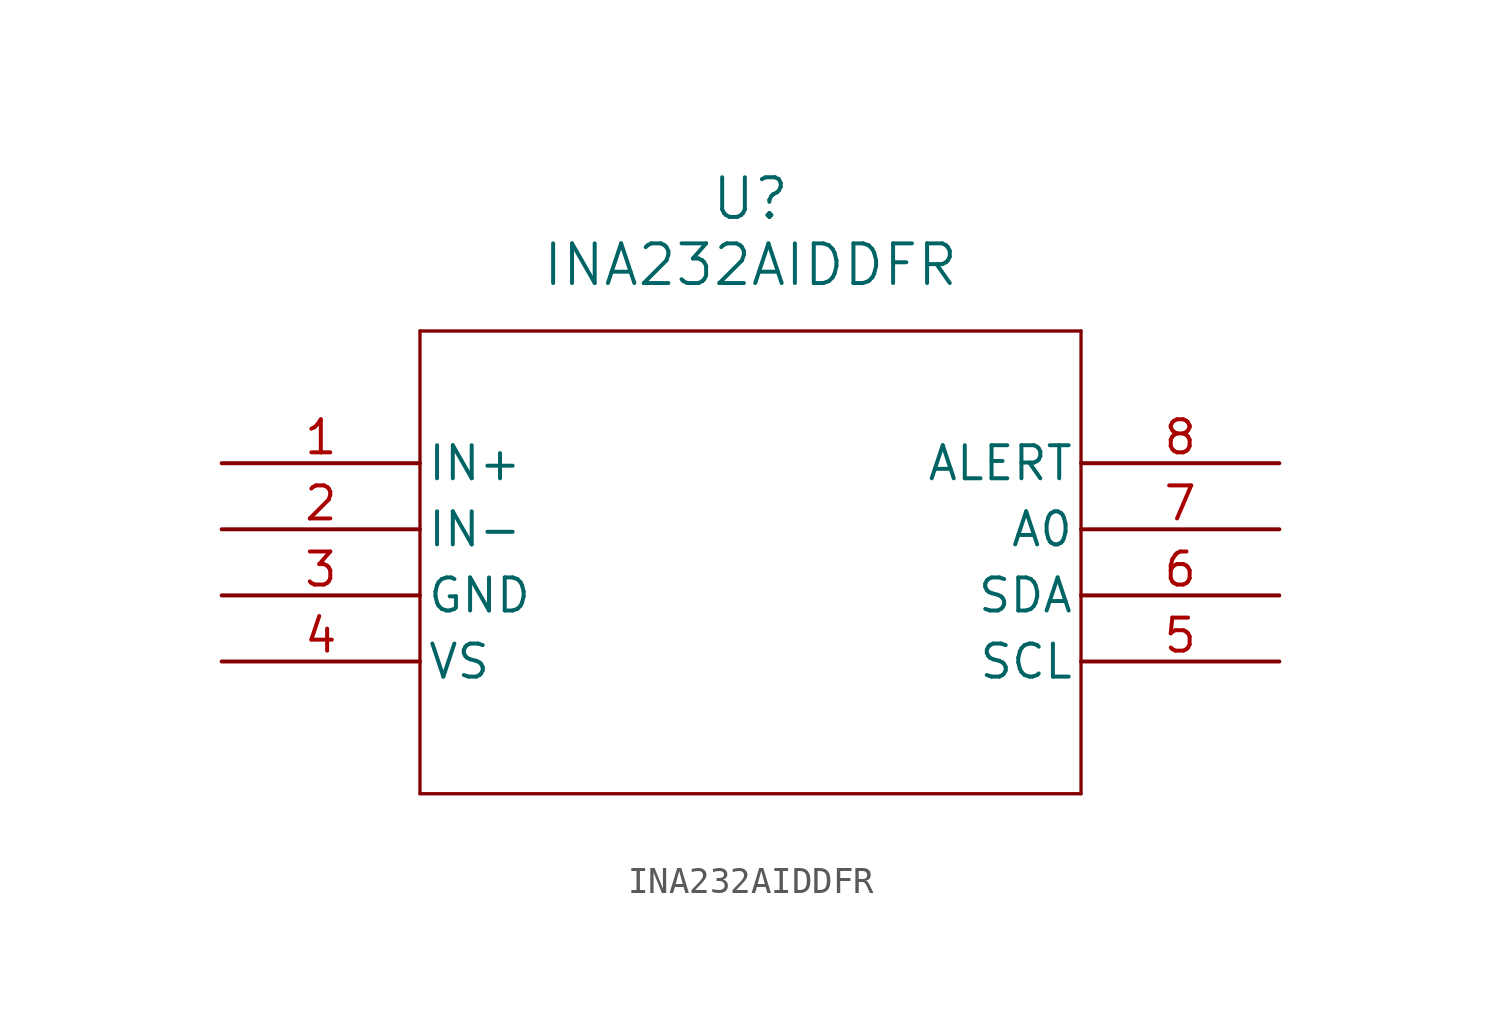
<source format=kicad_sym>
(kicad_symbol_lib
  (version 20211014)
  (generator kicad_symbol_editor)
  (symbol "INA232AIDDFR"
    (pin_names
      (offset 0.254))
    (property "Reference" "U"
      (at 20.32 10.16 0)
      (effects (font (size 1.524 1.524))))
    (property "Value" "INA232AIDDFR"
      (at 20.32 7.62 0)
      (effects (font (size 1.524 1.524))))
    (symbol "INA232AIDDFR_0_1"
      (polyline (pts (xy 7.62 5.08) (xy 7.62 -12.7)) (stroke (width 0.127) (type default) (color 0 0 0 0)) (fill (type none)))
      (polyline (pts (xy 7.62 -12.7) (xy 33.02 -12.7)) (stroke (width 0.127) (type default) (color 0 0 0 0)) (fill (type none)))
      (polyline (pts (xy 33.02 -12.7) (xy 33.02 5.08)) (stroke (width 0.127) (type default) (color 0 0 0 0)) (fill (type none)))
      (polyline (pts (xy 33.02 5.08) (xy 7.62 5.08)) (stroke (width 0.127) (type default) (color 0 0 0 0)) (fill (type none)))
      (pin input line (at 0 0 0) (length 7.62) (name "IN+" (effects (font (size 1.27 1.27)))) (number "1" (effects (font (size 1.27 1.27)))))
      (pin input line (at 0 -2.54 0) (length 7.62) (name "IN-" (effects (font (size 1.27 1.27)))) (number "2" (effects (font (size 1.27 1.27)))))
      (pin power_out line (at 0 -5.08 0) (length 7.62) (name "GND" (effects (font (size 1.27 1.27)))) (number "3" (effects (font (size 1.27 1.27)))))
      (pin unspecified line (at 0 -7.62 0) (length 7.62) (name "VS" (effects (font (size 1.27 1.27)))) (number "4" (effects (font (size 1.27 1.27)))))
      (pin unspecified line (at 40.64 -7.62 180) (length 7.62) (name "SCL" (effects (font (size 1.27 1.27)))) (number "5" (effects (font (size 1.27 1.27)))))
      (pin unspecified line (at 40.64 -5.08 180) (length 7.62) (name "SDA" (effects (font (size 1.27 1.27)))) (number "6" (effects (font (size 1.27 1.27)))))
      (pin unspecified line (at 40.64 -2.54 180) (length 7.62) (name "A0" (effects (font (size 1.27 1.27)))) (number "7" (effects (font (size 1.27 1.27)))))
      (pin unspecified line (at 40.64 0 180) (length 7.62) (name "ALERT" (effects (font (size 1.27 1.27)))) (number "8" (effects (font (size 1.27 1.27))))))))
</source>
